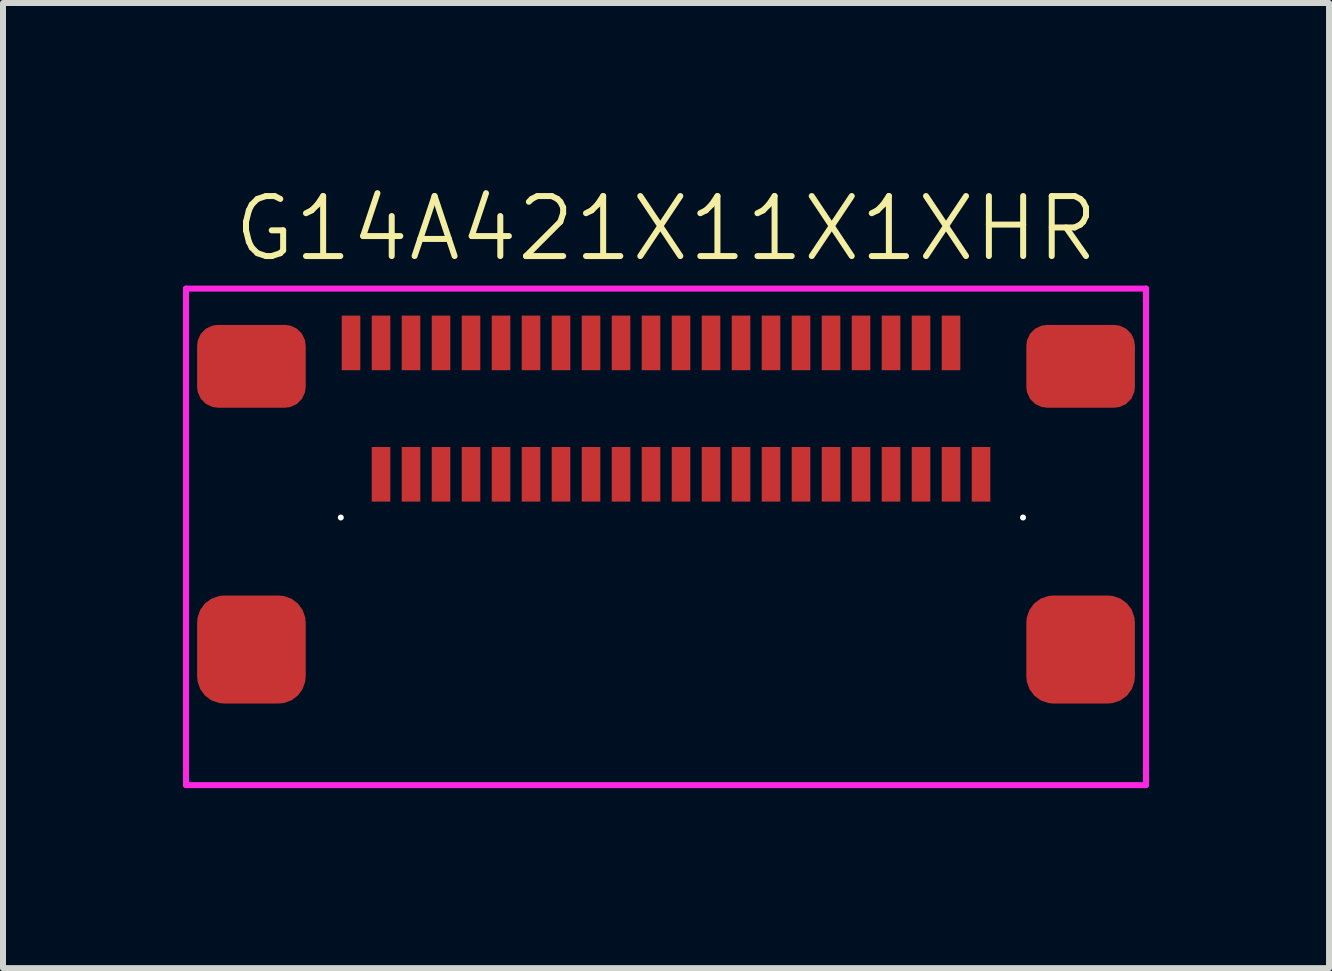
<source format=kicad_pcb>
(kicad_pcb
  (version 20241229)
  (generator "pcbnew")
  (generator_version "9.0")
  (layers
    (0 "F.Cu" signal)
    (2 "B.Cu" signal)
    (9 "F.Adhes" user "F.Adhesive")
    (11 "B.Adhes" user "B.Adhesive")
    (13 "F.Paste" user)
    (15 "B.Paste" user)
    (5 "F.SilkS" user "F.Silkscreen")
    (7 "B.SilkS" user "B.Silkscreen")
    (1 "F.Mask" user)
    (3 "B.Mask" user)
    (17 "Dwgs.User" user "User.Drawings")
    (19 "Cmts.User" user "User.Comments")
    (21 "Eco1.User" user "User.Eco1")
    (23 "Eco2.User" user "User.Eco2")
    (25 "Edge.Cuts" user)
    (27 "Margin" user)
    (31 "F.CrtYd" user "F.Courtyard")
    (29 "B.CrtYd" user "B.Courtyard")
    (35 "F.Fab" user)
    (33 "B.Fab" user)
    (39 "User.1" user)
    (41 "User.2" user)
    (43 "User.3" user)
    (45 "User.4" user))
  (footprint "G14A421X11X1XHR"
    (layer "F.Cu")
    (at 8.05 3.76)
    (property "Reference" "G14A421X11X1XHR" (at 0 -3 0) (unlocked yes) (layer "F.SilkS") (effects (font (size 1 1) (thickness 0.1))))
    (attr smd)
    (fp_line (start -8 -2) (end -8 6.275) (stroke (width 0.1) (type default)) (layer "F.CrtYd"))
    (fp_line (start 8 -2) (end -8 -2) (stroke (width 0.1) (type default)) (layer "F.CrtYd"))
    (fp_line (start 8 -2) (end 8 6.275) (stroke (width 0.1) (type default)) (layer "F.CrtYd"))
    (fp_line (start 8 6.275) (end -8 6.275) (stroke (width 0.1) (type default)) (layer "F.CrtYd"))
    (pad "" np_thru_hole circle (at -5.42 1.815) (size 0.1 0.1) (drill 1) (layers "*.Cu" "*.Mask"))
    (pad "" np_thru_hole circle (at 5.95 1.815) (size 0.1 0.1) (drill 1) (layers "*.Cu" "*.Mask"))
    (pad "A1" smd rect (at -4.75 1.095) (size 0.31 0.91) (layers "F.Cu" "F.Mask" "F.Paste"))
    (pad "A2" smd rect (at -4.25 1.095) (size 0.31 0.91) (layers "F.Cu" "F.Mask" "F.Paste"))
    (pad "A3" smd rect (at -3.75 1.095) (size 0.31 0.91) (layers "F.Cu" "F.Mask" "F.Paste"))
    (pad "A4" smd rect (at -3.25 1.095) (size 0.31 0.91) (layers "F.Cu" "F.Mask" "F.Paste"))
    (pad "A5" smd rect (at -2.75 1.095) (size 0.31 0.91) (layers "F.Cu" "F.Mask" "F.Paste"))
    (pad "A6" smd rect (at -2.25 1.095) (size 0.31 0.91) (layers "F.Cu" "F.Mask" "F.Paste"))
    (pad "A7" smd rect (at -1.75 1.095) (size 0.31 0.91) (layers "F.Cu" "F.Mask" "F.Paste"))
    (pad "A8" smd rect (at -1.25 1.095) (size 0.31 0.91) (layers "F.Cu" "F.Mask" "F.Paste"))
    (pad "A9" smd rect (at -0.75 1.095) (size 0.31 0.91) (layers "F.Cu" "F.Mask" "F.Paste"))
    (pad "A10" smd rect (at -0.25 1.095) (size 0.31 0.91) (layers "F.Cu" "F.Mask" "F.Paste"))
    (pad "A11" smd rect (at 0.25 1.095) (size 0.31 0.91) (layers "F.Cu" "F.Mask" "F.Paste"))
    (pad "A12" smd rect (at 0.75 1.095) (size 0.31 0.91) (layers "F.Cu" "F.Mask" "F.Paste"))
    (pad "A13" smd rect (at 1.25 1.095) (size 0.31 0.91) (layers "F.Cu" "F.Mask" "F.Paste"))
    (pad "A14" smd rect (at 1.75 1.095) (size 0.31 0.91) (layers "F.Cu" "F.Mask" "F.Paste"))
    (pad "A15" smd rect (at 2.25 1.095) (size 0.31 0.91) (layers "F.Cu" "F.Mask" "F.Paste"))
    (pad "A16" smd rect (at 2.75 1.095) (size 0.31 0.91) (layers "F.Cu" "F.Mask" "F.Paste"))
    (pad "A17" smd rect (at 3.25 1.095) (size 0.31 0.91) (layers "F.Cu" "F.Mask" "F.Paste"))
    (pad "A18" smd rect (at 3.75 1.095) (size 0.31 0.91) (layers "F.Cu" "F.Mask" "F.Paste"))
    (pad "A19" smd rect (at 4.25 1.095) (size 0.31 0.91) (layers "F.Cu" "F.Mask" "F.Paste"))
    (pad "A20" smd rect (at 4.75 1.095) (size 0.31 0.91) (layers "F.Cu" "F.Mask" "F.Paste"))
    (pad "A21" smd rect (at 5.25 1.095) (size 0.31 0.91) (layers "F.Cu" "F.Mask" "F.Paste"))
    (pad "B1" smd rect (at -5.25 -1.095) (size 0.31 0.91) (layers "F.Cu" "F.Mask" "F.Paste"))
    (pad "B2" smd rect (at -4.75 -1.095) (size 0.31 0.91) (layers "F.Cu" "F.Mask" "F.Paste"))
    (pad "B3" smd rect (at -4.25 -1.095) (size 0.31 0.91) (layers "F.Cu" "F.Mask" "F.Paste"))
    (pad "B4" smd rect (at -3.75 -1.095) (size 0.31 0.91) (layers "F.Cu" "F.Mask" "F.Paste"))
    (pad "B5" smd rect (at -3.25 -1.095) (size 0.31 0.91) (layers "F.Cu" "F.Mask" "F.Paste"))
    (pad "B6" smd rect (at -2.75 -1.095) (size 0.31 0.91) (layers "F.Cu" "F.Mask" "F.Paste"))
    (pad "B7" smd rect (at -2.25 -1.095) (size 0.31 0.91) (layers "F.Cu" "F.Mask" "F.Paste"))
    (pad "B8" smd rect (at -1.75 -1.095) (size 0.31 0.91) (layers "F.Cu" "F.Mask" "F.Paste"))
    (pad "B9" smd rect (at -1.25 -1.095) (size 0.31 0.91) (layers "F.Cu" "F.Mask" "F.Paste"))
    (pad "B10" smd rect (at -0.75 -1.095) (size 0.31 0.91) (layers "F.Cu" "F.Mask" "F.Paste"))
    (pad "B11" smd rect (at -0.25 -1.095) (size 0.31 0.91) (layers "F.Cu" "F.Mask" "F.Paste"))
    (pad "B12" smd rect (at 0.25 -1.095) (size 0.31 0.91) (layers "F.Cu" "F.Mask" "F.Paste"))
    (pad "B13" smd rect (at 0.75 -1.095) (size 0.31 0.91) (layers "F.Cu" "F.Mask" "F.Paste"))
    (pad "B14" smd rect (at 1.25 -1.095) (size 0.31 0.91) (layers "F.Cu" "F.Mask" "F.Paste"))
    (pad "B15" smd rect (at 1.75 -1.095) (size 0.31 0.91) (layers "F.Cu" "F.Mask" "F.Paste"))
    (pad "B16" smd rect (at 2.25 -1.095) (size 0.31 0.91) (layers "F.Cu" "F.Mask" "F.Paste"))
    (pad "B17" smd rect (at 2.75 -1.095) (size 0.31 0.91) (layers "F.Cu" "F.Mask" "F.Paste"))
    (pad "B18" smd rect (at 3.25 -1.095) (size 0.31 0.91) (layers "F.Cu" "F.Mask" "F.Paste"))
    (pad "B19" smd rect (at 3.75 -1.095) (size 0.31 0.91) (layers "F.Cu" "F.Mask" "F.Paste"))
    (pad "B20" smd rect (at 4.25 -1.095) (size 0.31 0.91) (layers "F.Cu" "F.Mask" "F.Paste"))
    (pad "B21" smd rect (at 4.75 -1.095) (size 0.31 0.91) (layers "F.Cu" "F.Mask" "F.Paste"))
    (pad "MP" smd roundrect (at -6.91 -0.705) (size 1.81 1.38) (layers "F.Cu" "F.Mask" "F.Paste") (roundrect_rratio 0.25))
    (pad "MP" smd roundrect (at -6.91 4.015) (size 1.81 1.8) (layers "F.Cu" "F.Mask" "F.Paste") (roundrect_rratio 0.25))
    (pad "MP" smd roundrect (at 6.91 -0.705) (size 1.81 1.38) (layers "F.Cu" "F.Mask" "F.Paste") (roundrect_rratio 0.25))
    (pad "MP" smd roundrect (at 6.91 4.015) (size 1.81 1.8) (layers "F.Cu" "F.Mask" "F.Paste") (roundrect_rratio 0.25)))
  (gr_rect
    (start -3 -3)
    (end 19.1 13.085)
    (stroke (width 0.1) (type default))
    (fill no)
    (layer "Edge.Cuts")))
</source>
